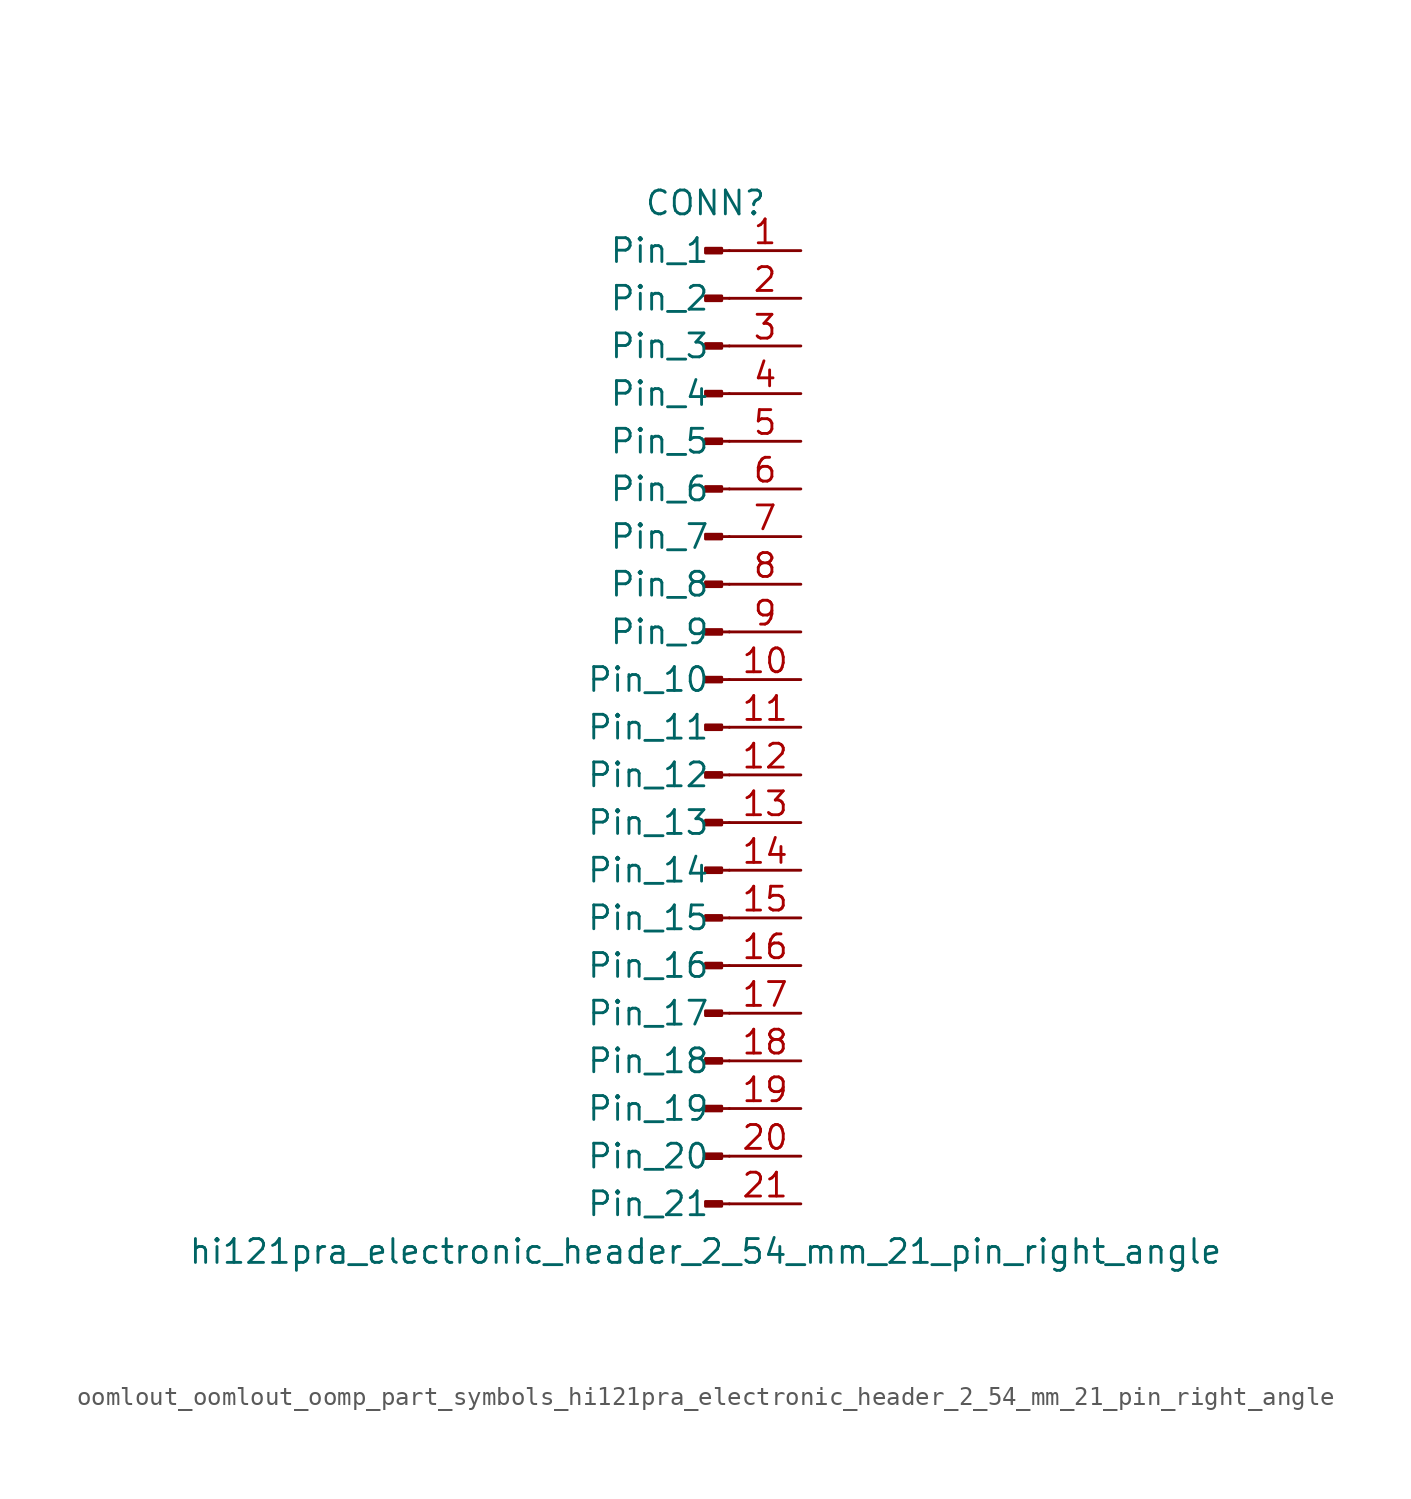
<source format=kicad_sym>
(kicad_symbol_lib
  (version 20220914)
  (generator kicad_symbol_editor)
  (symbol "oomlout_oomlout_oomp_part_symbols_hi121pra_electronic_header_2_54_mm_21_pin_right_angle"
    (pin_names
      (offset 1.016))
    (property "Reference" "CONN"
      (at 0 27.94 0)
      (effects (font (size 1.27 1.27))))
    (property "Value" "hi121pra_electronic_header_2_54_mm_21_pin_right_angle"
      (at 0 -27.94 0)
      (effects (font (size 1.27 1.27))))
    (property "ki_locked" ""
      (at 0 0 0)
      (effects (font (size 1.27 1.27))))
    (symbol "oomlout_oomlout_oomp_part_symbols_hi121pra_electronic_header_2_54_mm_21_pin_right_angle_1_1"
      (polyline (pts (xy 1.27 -25.4) (xy 0.864 -25.4)) (stroke (width 0.152) (type default)) (fill (type none)))
      (polyline (pts (xy 1.27 -22.86) (xy 0.864 -22.86)) (stroke (width 0.152) (type default)) (fill (type none)))
      (polyline (pts (xy 1.27 -20.32) (xy 0.864 -20.32)) (stroke (width 0.152) (type default)) (fill (type none)))
      (polyline (pts (xy 1.27 -17.78) (xy 0.864 -17.78)) (stroke (width 0.152) (type default)) (fill (type none)))
      (polyline (pts (xy 1.27 -15.24) (xy 0.864 -15.24)) (stroke (width 0.152) (type default)) (fill (type none)))
      (polyline (pts (xy 1.27 -12.7) (xy 0.864 -12.7)) (stroke (width 0.152) (type default)) (fill (type none)))
      (polyline (pts (xy 1.27 -10.16) (xy 0.864 -10.16)) (stroke (width 0.152) (type default)) (fill (type none)))
      (polyline (pts (xy 1.27 -7.62) (xy 0.864 -7.62)) (stroke (width 0.152) (type default)) (fill (type none)))
      (polyline (pts (xy 1.27 -5.08) (xy 0.864 -5.08)) (stroke (width 0.152) (type default)) (fill (type none)))
      (polyline (pts (xy 1.27 -2.54) (xy 0.864 -2.54)) (stroke (width 0.152) (type default)) (fill (type none)))
      (polyline (pts (xy 1.27 0) (xy 0.864 0)) (stroke (width 0.152) (type default)) (fill (type none)))
      (polyline (pts (xy 1.27 2.54) (xy 0.864 2.54)) (stroke (width 0.152) (type default)) (fill (type none)))
      (polyline (pts (xy 1.27 5.08) (xy 0.864 5.08)) (stroke (width 0.152) (type default)) (fill (type none)))
      (polyline (pts (xy 1.27 7.62) (xy 0.864 7.62)) (stroke (width 0.152) (type default)) (fill (type none)))
      (polyline (pts (xy 1.27 10.16) (xy 0.864 10.16)) (stroke (width 0.152) (type default)) (fill (type none)))
      (polyline (pts (xy 1.27 12.7) (xy 0.864 12.7)) (stroke (width 0.152) (type default)) (fill (type none)))
      (polyline (pts (xy 1.27 15.24) (xy 0.864 15.24)) (stroke (width 0.152) (type default)) (fill (type none)))
      (polyline (pts (xy 1.27 17.78) (xy 0.864 17.78)) (stroke (width 0.152) (type default)) (fill (type none)))
      (polyline (pts (xy 1.27 20.32) (xy 0.864 20.32)) (stroke (width 0.152) (type default)) (fill (type none)))
      (polyline (pts (xy 1.27 22.86) (xy 0.864 22.86)) (stroke (width 0.152) (type default)) (fill (type none)))
      (polyline (pts (xy 1.27 25.4) (xy 0.864 25.4)) (stroke (width 0.152) (type default)) (fill (type none)))
      (rectangle (start 0.864 -25.273) (end 0 -25.527) (stroke (width 0.152) (type default)) (fill (type outline)))
      (rectangle (start 0.864 -22.733) (end 0 -22.987) (stroke (width 0.152) (type default)) (fill (type outline)))
      (rectangle (start 0.864 -20.193) (end 0 -20.447) (stroke (width 0.152) (type default)) (fill (type outline)))
      (rectangle (start 0.864 -17.653) (end 0 -17.907) (stroke (width 0.152) (type default)) (fill (type outline)))
      (rectangle (start 0.864 -15.113) (end 0 -15.367) (stroke (width 0.152) (type default)) (fill (type outline)))
      (rectangle (start 0.864 -12.573) (end 0 -12.827) (stroke (width 0.152) (type default)) (fill (type outline)))
      (rectangle (start 0.864 -10.033) (end 0 -10.287) (stroke (width 0.152) (type default)) (fill (type outline)))
      (rectangle (start 0.864 -7.493) (end 0 -7.747) (stroke (width 0.152) (type default)) (fill (type outline)))
      (rectangle (start 0.864 -4.953) (end 0 -5.207) (stroke (width 0.152) (type default)) (fill (type outline)))
      (rectangle (start 0.864 -2.413) (end 0 -2.667) (stroke (width 0.152) (type default)) (fill (type outline)))
      (rectangle (start 0.864 0.127) (end 0 -0.127) (stroke (width 0.152) (type default)) (fill (type outline)))
      (rectangle (start 0.864 2.667) (end 0 2.413) (stroke (width 0.152) (type default)) (fill (type outline)))
      (rectangle (start 0.864 5.207) (end 0 4.953) (stroke (width 0.152) (type default)) (fill (type outline)))
      (rectangle (start 0.864 7.747) (end 0 7.493) (stroke (width 0.152) (type default)) (fill (type outline)))
      (rectangle (start 0.864 10.287) (end 0 10.033) (stroke (width 0.152) (type default)) (fill (type outline)))
      (rectangle (start 0.864 12.827) (end 0 12.573) (stroke (width 0.152) (type default)) (fill (type outline)))
      (rectangle (start 0.864 15.367) (end 0 15.113) (stroke (width 0.152) (type default)) (fill (type outline)))
      (rectangle (start 0.864 17.907) (end 0 17.653) (stroke (width 0.152) (type default)) (fill (type outline)))
      (rectangle (start 0.864 20.447) (end 0 20.193) (stroke (width 0.152) (type default)) (fill (type outline)))
      (rectangle (start 0.864 22.987) (end 0 22.733) (stroke (width 0.152) (type default)) (fill (type outline)))
      (rectangle (start 0.864 25.527) (end 0 25.273) (stroke (width 0.152) (type default)) (fill (type outline)))
      (pin passive line (at 5.08 25.4 180) (length 3.81) (name "Pin_1" (effects (font (size 1.27 1.27)))) (number "1" (effects (font (size 1.27 1.27)))))
      (pin passive line (at 5.08 2.54 180) (length 3.81) (name "Pin_10" (effects (font (size 1.27 1.27)))) (number "10" (effects (font (size 1.27 1.27)))))
      (pin passive line (at 5.08 0 180) (length 3.81) (name "Pin_11" (effects (font (size 1.27 1.27)))) (number "11" (effects (font (size 1.27 1.27)))))
      (pin passive line (at 5.08 -2.54 180) (length 3.81) (name "Pin_12" (effects (font (size 1.27 1.27)))) (number "12" (effects (font (size 1.27 1.27)))))
      (pin passive line (at 5.08 -5.08 180) (length 3.81) (name "Pin_13" (effects (font (size 1.27 1.27)))) (number "13" (effects (font (size 1.27 1.27)))))
      (pin passive line (at 5.08 -7.62 180) (length 3.81) (name "Pin_14" (effects (font (size 1.27 1.27)))) (number "14" (effects (font (size 1.27 1.27)))))
      (pin passive line (at 5.08 -10.16 180) (length 3.81) (name "Pin_15" (effects (font (size 1.27 1.27)))) (number "15" (effects (font (size 1.27 1.27)))))
      (pin passive line (at 5.08 -12.7 180) (length 3.81) (name "Pin_16" (effects (font (size 1.27 1.27)))) (number "16" (effects (font (size 1.27 1.27)))))
      (pin passive line (at 5.08 -15.24 180) (length 3.81) (name "Pin_17" (effects (font (size 1.27 1.27)))) (number "17" (effects (font (size 1.27 1.27)))))
      (pin passive line (at 5.08 -17.78 180) (length 3.81) (name "Pin_18" (effects (font (size 1.27 1.27)))) (number "18" (effects (font (size 1.27 1.27)))))
      (pin passive line (at 5.08 -20.32 180) (length 3.81) (name "Pin_19" (effects (font (size 1.27 1.27)))) (number "19" (effects (font (size 1.27 1.27)))))
      (pin passive line (at 5.08 22.86 180) (length 3.81) (name "Pin_2" (effects (font (size 1.27 1.27)))) (number "2" (effects (font (size 1.27 1.27)))))
      (pin passive line (at 5.08 -22.86 180) (length 3.81) (name "Pin_20" (effects (font (size 1.27 1.27)))) (number "20" (effects (font (size 1.27 1.27)))))
      (pin passive line (at 5.08 -25.4 180) (length 3.81) (name "Pin_21" (effects (font (size 1.27 1.27)))) (number "21" (effects (font (size 1.27 1.27)))))
      (pin passive line (at 5.08 20.32 180) (length 3.81) (name "Pin_3" (effects (font (size 1.27 1.27)))) (number "3" (effects (font (size 1.27 1.27)))))
      (pin passive line (at 5.08 17.78 180) (length 3.81) (name "Pin_4" (effects (font (size 1.27 1.27)))) (number "4" (effects (font (size 1.27 1.27)))))
      (pin passive line (at 5.08 15.24 180) (length 3.81) (name "Pin_5" (effects (font (size 1.27 1.27)))) (number "5" (effects (font (size 1.27 1.27)))))
      (pin passive line (at 5.08 12.7 180) (length 3.81) (name "Pin_6" (effects (font (size 1.27 1.27)))) (number "6" (effects (font (size 1.27 1.27)))))
      (pin passive line (at 5.08 10.16 180) (length 3.81) (name "Pin_7" (effects (font (size 1.27 1.27)))) (number "7" (effects (font (size 1.27 1.27)))))
      (pin passive line (at 5.08 7.62 180) (length 3.81) (name "Pin_8" (effects (font (size 1.27 1.27)))) (number "8" (effects (font (size 1.27 1.27)))))
      (pin passive line (at 5.08 5.08 180) (length 3.81) (name "Pin_9" (effects (font (size 1.27 1.27)))) (number "9" (effects (font (size 1.27 1.27))))))))
</source>
